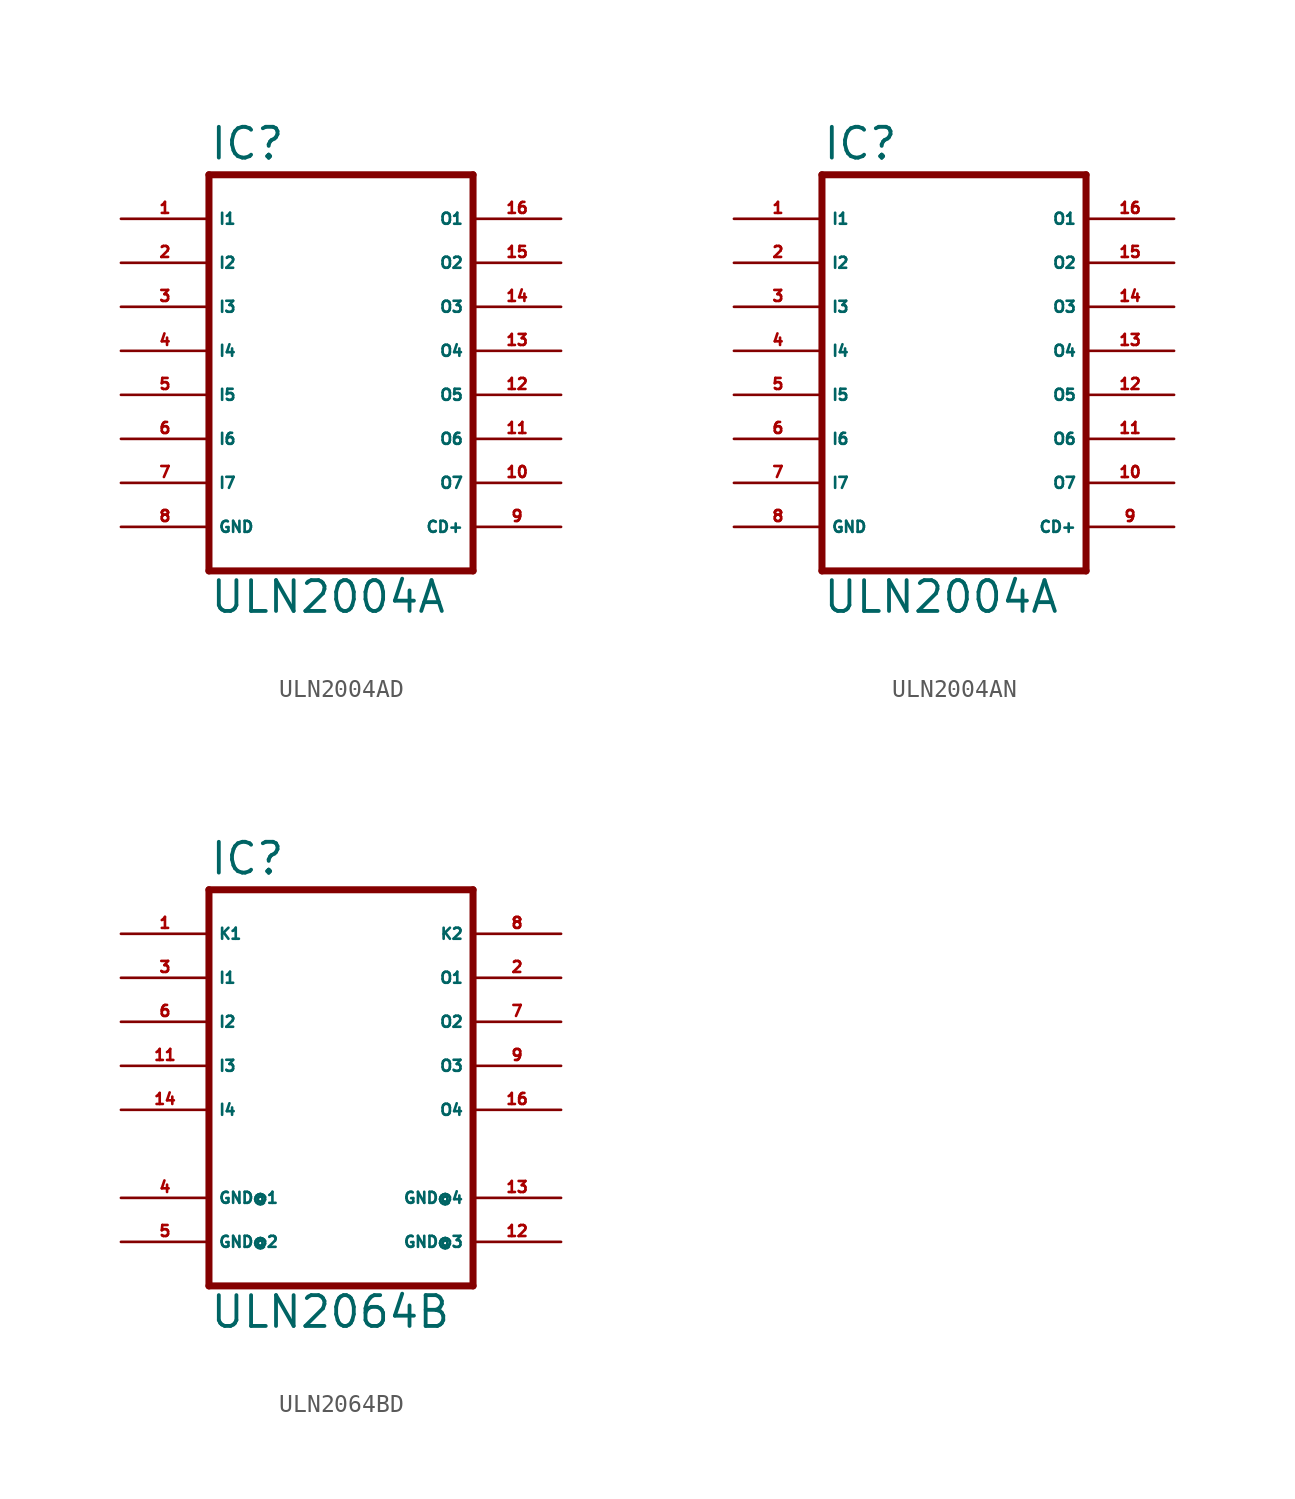
<source format=kicad_sym>
(kicad_symbol_lib
  (version 20220914)
  (generator Eagle2Kicad)
  (symbol "ULN2004AD"
    (property "Reference" "IC"
      (at -7.62 10.922 0)
      (effects (font (size 1.778 1.778) (thickness 0.22)) (justify left bottom)))
    (property "Value" "ULN2004A"
      (at -7.62 -15.24 0)
      (effects (font (size 1.778 1.778) (thickness 0.22)) (justify left bottom)))
    (polyline
      (pts (xy -7.62 10.16) (xy 7.62 10.16))
      (stroke (width 0.406) (type default))
      (fill (type none)))
    (polyline
      (pts (xy 7.62 -12.7) (xy 7.62 10.16))
      (stroke (width 0.406) (type default))
      (fill (type none)))
    (polyline
      (pts (xy 7.62 -12.7) (xy -7.62 -12.7))
      (stroke (width 0.406) (type default))
      (fill (type none)))
    (polyline
      (pts (xy -7.62 10.16) (xy -7.62 -12.7))
      (stroke (width 0.406) (type default))
      (fill (type none)))
    (pin input line
      (at -12.7 7.62 0)
      (length 5.08)
      (name "I1" (effects (font (size 0.635 0.635) (thickness 0.08)) (justify left bottom)))
      (number "1" (effects (font (size 0.635 0.635) (thickness 0.08)) (justify left bottom))))
    (pin input line
      (at -12.7 5.08 0)
      (length 5.08)
      (name "I2" (effects (font (size 0.635 0.635) (thickness 0.08)) (justify left bottom)))
      (number "2" (effects (font (size 0.635 0.635) (thickness 0.08)) (justify left bottom))))
    (pin input line
      (at -12.7 2.54 0)
      (length 5.08)
      (name "I3" (effects (font (size 0.635 0.635) (thickness 0.08)) (justify left bottom)))
      (number "3" (effects (font (size 0.635 0.635) (thickness 0.08)) (justify left bottom))))
    (pin input line
      (at -12.7 0 0)
      (length 5.08)
      (name "I4" (effects (font (size 0.635 0.635) (thickness 0.08)) (justify left bottom)))
      (number "4" (effects (font (size 0.635 0.635) (thickness 0.08)) (justify left bottom))))
    (pin input line
      (at -12.7 -2.54 0)
      (length 5.08)
      (name "I5" (effects (font (size 0.635 0.635) (thickness 0.08)) (justify left bottom)))
      (number "5" (effects (font (size 0.635 0.635) (thickness 0.08)) (justify left bottom))))
    (pin input line
      (at -12.7 -5.08 0)
      (length 5.08)
      (name "I6" (effects (font (size 0.635 0.635) (thickness 0.08)) (justify left bottom)))
      (number "6" (effects (font (size 0.635 0.635) (thickness 0.08)) (justify left bottom))))
    (pin input line
      (at -12.7 -7.62 0)
      (length 5.08)
      (name "I7" (effects (font (size 0.635 0.635) (thickness 0.08)) (justify left bottom)))
      (number "7" (effects (font (size 0.635 0.635) (thickness 0.08)) (justify left bottom))))
    (pin open_collector line
      (at 12.7 7.62 180)
      (length 5.08)
      (name "O1" (effects (font (size 0.635 0.635) (thickness 0.08)) (justify left bottom)))
      (number "16" (effects (font (size 0.635 0.635) (thickness 0.08)) (justify left bottom))))
    (pin open_collector line
      (at 12.7 5.08 180)
      (length 5.08)
      (name "O2" (effects (font (size 0.635 0.635) (thickness 0.08)) (justify left bottom)))
      (number "15" (effects (font (size 0.635 0.635) (thickness 0.08)) (justify left bottom))))
    (pin open_collector line
      (at 12.7 2.54 180)
      (length 5.08)
      (name "O3" (effects (font (size 0.635 0.635) (thickness 0.08)) (justify left bottom)))
      (number "14" (effects (font (size 0.635 0.635) (thickness 0.08)) (justify left bottom))))
    (pin open_collector line
      (at 12.7 0 180)
      (length 5.08)
      (name "O4" (effects (font (size 0.635 0.635) (thickness 0.08)) (justify left bottom)))
      (number "13" (effects (font (size 0.635 0.635) (thickness 0.08)) (justify left bottom))))
    (pin open_collector line
      (at 12.7 -2.54 180)
      (length 5.08)
      (name "O5" (effects (font (size 0.635 0.635) (thickness 0.08)) (justify left bottom)))
      (number "12" (effects (font (size 0.635 0.635) (thickness 0.08)) (justify left bottom))))
    (pin open_collector line
      (at 12.7 -5.08 180)
      (length 5.08)
      (name "O6" (effects (font (size 0.635 0.635) (thickness 0.08)) (justify left bottom)))
      (number "11" (effects (font (size 0.635 0.635) (thickness 0.08)) (justify left bottom))))
    (pin open_collector line
      (at 12.7 -7.62 180)
      (length 5.08)
      (name "O7" (effects (font (size 0.635 0.635) (thickness 0.08)) (justify left bottom)))
      (number "10" (effects (font (size 0.635 0.635) (thickness 0.08)) (justify left bottom))))
    (pin passive line
      (at 12.7 -10.16 180)
      (length 5.08)
      (name "CD+" (effects (font (size 0.635 0.635) (thickness 0.08)) (justify left bottom)))
      (number "9" (effects (font (size 0.635 0.635) (thickness 0.08)) (justify left bottom))))
    (pin unspecified line
      (at -12.7 -10.16 0)
      (length 5.08)
      (name "GND" (effects (font (size 0.635 0.635) (thickness 0.08)) (justify left bottom)))
      (number "8" (effects (font (size 0.635 0.635) (thickness 0.08)) (justify left bottom)))))
  (symbol "ULN2004AN"
    (property "Reference" "IC"
      (at -7.62 10.922 0)
      (effects (font (size 1.778 1.778) (thickness 0.22)) (justify left bottom)))
    (property "Value" "ULN2004A"
      (at -7.62 -15.24 0)
      (effects (font (size 1.778 1.778) (thickness 0.22)) (justify left bottom)))
    (polyline
      (pts (xy -7.62 10.16) (xy 7.62 10.16))
      (stroke (width 0.406) (type default))
      (fill (type none)))
    (polyline
      (pts (xy 7.62 -12.7) (xy 7.62 10.16))
      (stroke (width 0.406) (type default))
      (fill (type none)))
    (polyline
      (pts (xy 7.62 -12.7) (xy -7.62 -12.7))
      (stroke (width 0.406) (type default))
      (fill (type none)))
    (polyline
      (pts (xy -7.62 10.16) (xy -7.62 -12.7))
      (stroke (width 0.406) (type default))
      (fill (type none)))
    (pin input line
      (at -12.7 7.62 0)
      (length 5.08)
      (name "I1" (effects (font (size 0.635 0.635) (thickness 0.08)) (justify left bottom)))
      (number "1" (effects (font (size 0.635 0.635) (thickness 0.08)) (justify left bottom))))
    (pin input line
      (at -12.7 5.08 0)
      (length 5.08)
      (name "I2" (effects (font (size 0.635 0.635) (thickness 0.08)) (justify left bottom)))
      (number "2" (effects (font (size 0.635 0.635) (thickness 0.08)) (justify left bottom))))
    (pin input line
      (at -12.7 2.54 0)
      (length 5.08)
      (name "I3" (effects (font (size 0.635 0.635) (thickness 0.08)) (justify left bottom)))
      (number "3" (effects (font (size 0.635 0.635) (thickness 0.08)) (justify left bottom))))
    (pin input line
      (at -12.7 0 0)
      (length 5.08)
      (name "I4" (effects (font (size 0.635 0.635) (thickness 0.08)) (justify left bottom)))
      (number "4" (effects (font (size 0.635 0.635) (thickness 0.08)) (justify left bottom))))
    (pin input line
      (at -12.7 -2.54 0)
      (length 5.08)
      (name "I5" (effects (font (size 0.635 0.635) (thickness 0.08)) (justify left bottom)))
      (number "5" (effects (font (size 0.635 0.635) (thickness 0.08)) (justify left bottom))))
    (pin input line
      (at -12.7 -5.08 0)
      (length 5.08)
      (name "I6" (effects (font (size 0.635 0.635) (thickness 0.08)) (justify left bottom)))
      (number "6" (effects (font (size 0.635 0.635) (thickness 0.08)) (justify left bottom))))
    (pin input line
      (at -12.7 -7.62 0)
      (length 5.08)
      (name "I7" (effects (font (size 0.635 0.635) (thickness 0.08)) (justify left bottom)))
      (number "7" (effects (font (size 0.635 0.635) (thickness 0.08)) (justify left bottom))))
    (pin open_collector line
      (at 12.7 7.62 180)
      (length 5.08)
      (name "O1" (effects (font (size 0.635 0.635) (thickness 0.08)) (justify left bottom)))
      (number "16" (effects (font (size 0.635 0.635) (thickness 0.08)) (justify left bottom))))
    (pin open_collector line
      (at 12.7 5.08 180)
      (length 5.08)
      (name "O2" (effects (font (size 0.635 0.635) (thickness 0.08)) (justify left bottom)))
      (number "15" (effects (font (size 0.635 0.635) (thickness 0.08)) (justify left bottom))))
    (pin open_collector line
      (at 12.7 2.54 180)
      (length 5.08)
      (name "O3" (effects (font (size 0.635 0.635) (thickness 0.08)) (justify left bottom)))
      (number "14" (effects (font (size 0.635 0.635) (thickness 0.08)) (justify left bottom))))
    (pin open_collector line
      (at 12.7 0 180)
      (length 5.08)
      (name "O4" (effects (font (size 0.635 0.635) (thickness 0.08)) (justify left bottom)))
      (number "13" (effects (font (size 0.635 0.635) (thickness 0.08)) (justify left bottom))))
    (pin open_collector line
      (at 12.7 -2.54 180)
      (length 5.08)
      (name "O5" (effects (font (size 0.635 0.635) (thickness 0.08)) (justify left bottom)))
      (number "12" (effects (font (size 0.635 0.635) (thickness 0.08)) (justify left bottom))))
    (pin open_collector line
      (at 12.7 -5.08 180)
      (length 5.08)
      (name "O6" (effects (font (size 0.635 0.635) (thickness 0.08)) (justify left bottom)))
      (number "11" (effects (font (size 0.635 0.635) (thickness 0.08)) (justify left bottom))))
    (pin open_collector line
      (at 12.7 -7.62 180)
      (length 5.08)
      (name "O7" (effects (font (size 0.635 0.635) (thickness 0.08)) (justify left bottom)))
      (number "10" (effects (font (size 0.635 0.635) (thickness 0.08)) (justify left bottom))))
    (pin passive line
      (at 12.7 -10.16 180)
      (length 5.08)
      (name "CD+" (effects (font (size 0.635 0.635) (thickness 0.08)) (justify left bottom)))
      (number "9" (effects (font (size 0.635 0.635) (thickness 0.08)) (justify left bottom))))
    (pin unspecified line
      (at -12.7 -10.16 0)
      (length 5.08)
      (name "GND" (effects (font (size 0.635 0.635) (thickness 0.08)) (justify left bottom)))
      (number "8" (effects (font (size 0.635 0.635) (thickness 0.08)) (justify left bottom)))))
  (symbol "ULN2064BD"
    (property "Reference" "IC"
      (at -7.62 10.922 0)
      (effects (font (size 1.778 1.778) (thickness 0.22)) (justify left bottom)))
    (property "Value" "ULN2064B"
      (at -7.62 -15.24 0)
      (effects (font (size 1.778 1.778) (thickness 0.22)) (justify left bottom)))
    (polyline
      (pts (xy -7.62 10.16) (xy 7.62 10.16))
      (stroke (width 0.406) (type default))
      (fill (type none)))
    (polyline
      (pts (xy 7.62 -12.7) (xy 7.62 10.16))
      (stroke (width 0.406) (type default))
      (fill (type none)))
    (polyline
      (pts (xy 7.62 -12.7) (xy -7.62 -12.7))
      (stroke (width 0.406) (type default))
      (fill (type none)))
    (polyline
      (pts (xy -7.62 10.16) (xy -7.62 -12.7))
      (stroke (width 0.406) (type default))
      (fill (type none)))
    (pin input line
      (at -12.7 5.08 0)
      (length 5.08)
      (name "I1" (effects (font (size 0.635 0.635) (thickness 0.08)) (justify left bottom)))
      (number "3" (effects (font (size 0.635 0.635) (thickness 0.08)) (justify left bottom))))
    (pin input line
      (at -12.7 2.54 0)
      (length 5.08)
      (name "I2" (effects (font (size 0.635 0.635) (thickness 0.08)) (justify left bottom)))
      (number "6" (effects (font (size 0.635 0.635) (thickness 0.08)) (justify left bottom))))
    (pin input line
      (at -12.7 0 0)
      (length 5.08)
      (name "I3" (effects (font (size 0.635 0.635) (thickness 0.08)) (justify left bottom)))
      (number "11" (effects (font (size 0.635 0.635) (thickness 0.08)) (justify left bottom))))
    (pin input line
      (at -12.7 -2.54 0)
      (length 5.08)
      (name "I4" (effects (font (size 0.635 0.635) (thickness 0.08)) (justify left bottom)))
      (number "14" (effects (font (size 0.635 0.635) (thickness 0.08)) (justify left bottom))))
    (pin open_collector line
      (at 12.7 5.08 180)
      (length 5.08)
      (name "O1" (effects (font (size 0.635 0.635) (thickness 0.08)) (justify left bottom)))
      (number "2" (effects (font (size 0.635 0.635) (thickness 0.08)) (justify left bottom))))
    (pin open_collector line
      (at 12.7 2.54 180)
      (length 5.08)
      (name "O2" (effects (font (size 0.635 0.635) (thickness 0.08)) (justify left bottom)))
      (number "7" (effects (font (size 0.635 0.635) (thickness 0.08)) (justify left bottom))))
    (pin open_collector line
      (at 12.7 0 180)
      (length 5.08)
      (name "O3" (effects (font (size 0.635 0.635) (thickness 0.08)) (justify left bottom)))
      (number "9" (effects (font (size 0.635 0.635) (thickness 0.08)) (justify left bottom))))
    (pin open_collector line
      (at 12.7 -2.54 180)
      (length 5.08)
      (name "O4" (effects (font (size 0.635 0.635) (thickness 0.08)) (justify left bottom)))
      (number "16" (effects (font (size 0.635 0.635) (thickness 0.08)) (justify left bottom))))
    (pin passive line
      (at 12.7 7.62 180)
      (length 5.08)
      (name "K2" (effects (font (size 0.635 0.635) (thickness 0.08)) (justify left bottom)))
      (number "8" (effects (font (size 0.635 0.635) (thickness 0.08)) (justify left bottom))))
    (pin unspecified line
      (at -12.7 -10.16 0)
      (length 5.08)
      (name "GND@2" (effects (font (size 0.635 0.635) (thickness 0.08)) (justify left bottom)))
      (number "5" (effects (font (size 0.635 0.635) (thickness 0.08)) (justify left bottom))))
    (pin passive line
      (at -12.7 7.62 0)
      (length 5.08)
      (name "K1" (effects (font (size 0.635 0.635) (thickness 0.08)) (justify left bottom)))
      (number "1" (effects (font (size 0.635 0.635) (thickness 0.08)) (justify left bottom))))
    (pin unspecified line
      (at 12.7 -7.62 180)
      (length 5.08)
      (name "GND@4" (effects (font (size 0.635 0.635) (thickness 0.08)) (justify left bottom)))
      (number "13" (effects (font (size 0.635 0.635) (thickness 0.08)) (justify left bottom))))
    (pin unspecified line
      (at -12.7 -7.62 0)
      (length 5.08)
      (name "GND@1" (effects (font (size 0.635 0.635) (thickness 0.08)) (justify left bottom)))
      (number "4" (effects (font (size 0.635 0.635) (thickness 0.08)) (justify left bottom))))
    (pin unspecified line
      (at 12.7 -10.16 180)
      (length 5.08)
      (name "GND@3" (effects (font (size 0.635 0.635) (thickness 0.08)) (justify left bottom)))
      (number "12" (effects (font (size 0.635 0.635) (thickness 0.08)) (justify left bottom))))))
</source>
